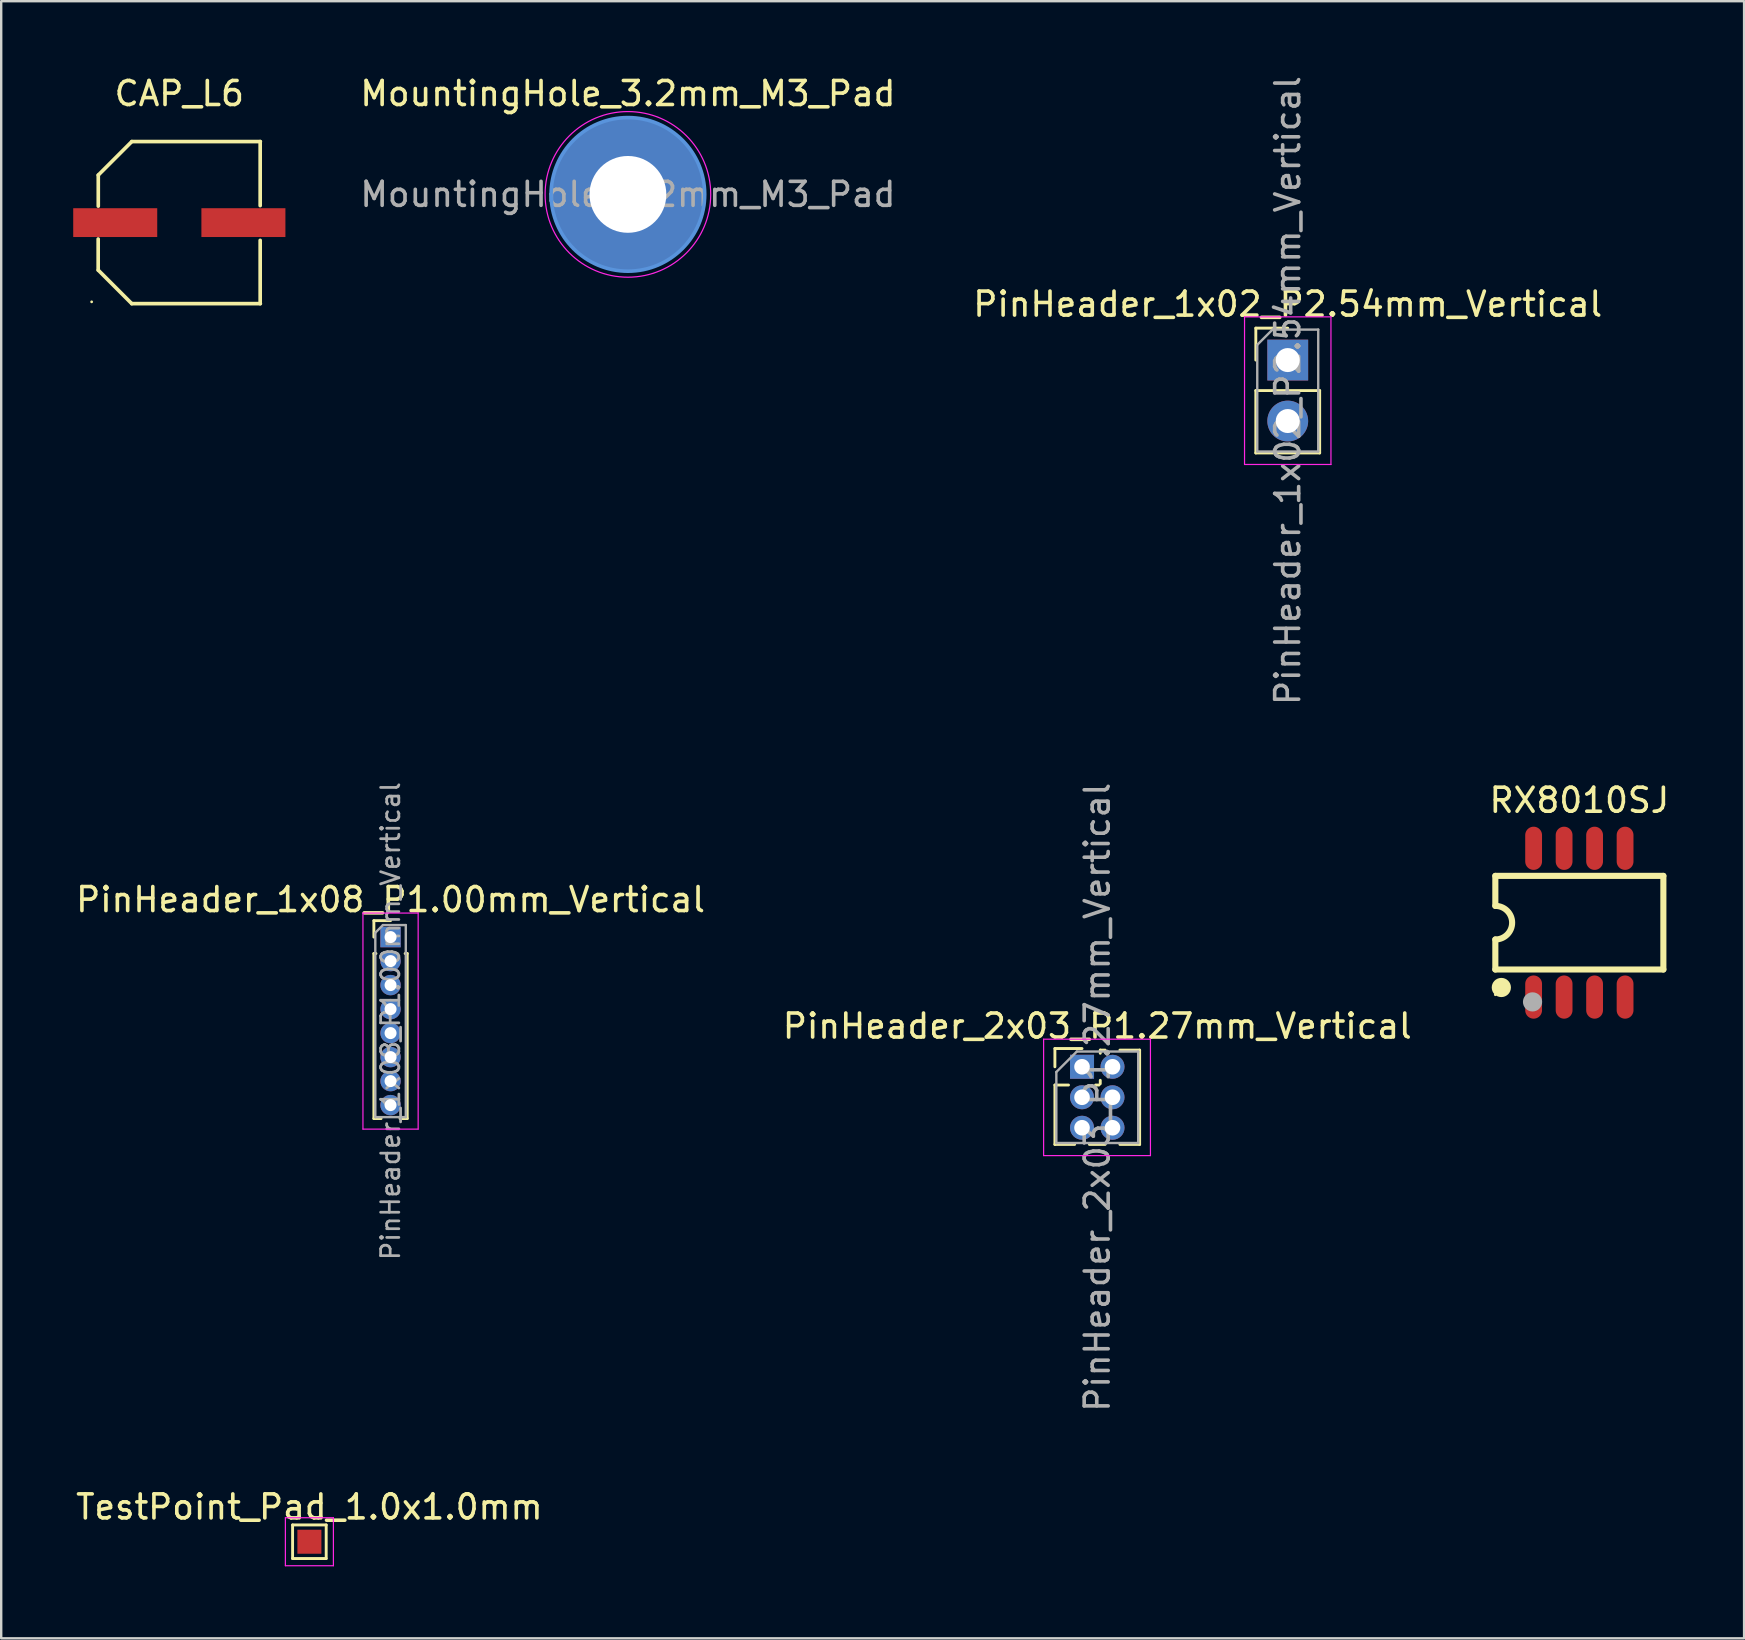
<source format=kicad_pcb>
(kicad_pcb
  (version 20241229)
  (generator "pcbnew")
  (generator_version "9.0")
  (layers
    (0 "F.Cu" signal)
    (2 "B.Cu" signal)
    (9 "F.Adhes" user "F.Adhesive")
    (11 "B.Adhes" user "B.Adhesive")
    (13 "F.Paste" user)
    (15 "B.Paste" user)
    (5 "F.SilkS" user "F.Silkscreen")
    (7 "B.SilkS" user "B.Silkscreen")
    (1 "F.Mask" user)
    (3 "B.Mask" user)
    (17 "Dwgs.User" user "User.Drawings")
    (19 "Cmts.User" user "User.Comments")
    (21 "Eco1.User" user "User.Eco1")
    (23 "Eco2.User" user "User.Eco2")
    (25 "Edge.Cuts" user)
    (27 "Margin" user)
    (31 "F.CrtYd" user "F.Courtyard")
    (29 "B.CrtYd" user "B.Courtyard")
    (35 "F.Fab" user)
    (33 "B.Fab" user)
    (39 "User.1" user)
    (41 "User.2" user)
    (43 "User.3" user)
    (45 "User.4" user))
  (footprint "PinHeader_1x08_P1.00mm_Vertical"
    (layer "F.Cu")
    (at 13.22 35.988)
    (property "Reference" "PinHeader_1x08_P1.00mm_Vertical" (at 0 -1.56 0) (layer "F.SilkS") (effects (font (size 1 1) (thickness 0.15))))
    (attr through_hole)
    (fp_line (start -0.695 -0.685) (end 0 -0.685) (stroke (width 0.12) (type solid)) (layer "F.SilkS"))
    (fp_line (start -0.695 0) (end -0.695 -0.685) (stroke (width 0.12) (type solid)) (layer "F.SilkS"))
    (fp_line (start -0.695 0.685) (end -0.695 7.56) (stroke (width 0.12) (type solid)) (layer "F.SilkS"))
    (fp_line (start -0.695 0.685) (end -0.608 0.685) (stroke (width 0.12) (type solid)) (layer "F.SilkS"))
    (fp_line (start -0.695 7.56) (end -0.394 7.56) (stroke (width 0.12) (type solid)) (layer "F.SilkS"))
    (fp_line (start 0.394 7.56) (end 0.695 7.56) (stroke (width 0.12) (type solid)) (layer "F.SilkS"))
    (fp_line (start 0.608 0.685) (end 0.695 0.685) (stroke (width 0.12) (type solid)) (layer "F.SilkS"))
    (fp_line (start 0.695 0.685) (end 0.695 7.56) (stroke (width 0.12) (type solid)) (layer "F.SilkS"))
    (fp_line (start -1.15 -1) (end -1.15 8) (stroke (width 0.05) (type solid)) (layer "F.CrtYd"))
    (fp_line (start -1.15 8) (end 1.15 8) (stroke (width 0.05) (type solid)) (layer "F.CrtYd"))
    (fp_line (start 1.15 -1) (end -1.15 -1) (stroke (width 0.05) (type solid)) (layer "F.CrtYd"))
    (fp_line (start 1.15 8) (end 1.15 -1) (stroke (width 0.05) (type solid)) (layer "F.CrtYd"))
    (fp_line (start -0.635 -0.182) (end -0.318 -0.5) (stroke (width 0.1) (type solid)) (layer "F.Fab"))
    (fp_line (start -0.635 7.5) (end -0.635 -0.182) (stroke (width 0.1) (type solid)) (layer "F.Fab"))
    (fp_line (start -0.318 -0.5) (end 0.635 -0.5) (stroke (width 0.1) (type solid)) (layer "F.Fab"))
    (fp_line (start 0.635 -0.5) (end 0.635 7.5) (stroke (width 0.1) (type solid)) (layer "F.Fab"))
    (fp_line (start 0.635 7.5) (end -0.635 7.5) (stroke (width 0.1) (type solid)) (layer "F.Fab"))
    (fp_text user "${REFERENCE}" (at 0 3.5 270) (layer "F.Fab") (effects (font (size 0.76 0.76) (thickness 0.114))))
    (pad "1" thru_hole rect (at 0 0) (size 0.85 0.85) (drill 0.5) (layers "*.Cu" "*.Mask"))
    (pad "2" thru_hole oval (at 0 1) (size 0.85 0.85) (drill 0.5) (layers "*.Cu" "*.Mask"))
    (pad "3" thru_hole oval (at 0 2) (size 0.85 0.85) (drill 0.5) (layers "*.Cu" "*.Mask"))
    (pad "4" thru_hole oval (at 0 3) (size 0.85 0.85) (drill 0.5) (layers "*.Cu" "*.Mask"))
    (pad "5" thru_hole oval (at 0 4) (size 0.85 0.85) (drill 0.5) (layers "*.Cu" "*.Mask"))
    (pad "6" thru_hole oval (at 0 5) (size 0.85 0.85) (drill 0.5) (layers "*.Cu" "*.Mask"))
    (pad "7" thru_hole oval (at 0 6) (size 0.85 0.85) (drill 0.5) (layers "*.Cu" "*.Mask"))
    (pad "8" thru_hole oval (at 0 7) (size 0.85 0.85) (drill 0.5) (layers "*.Cu" "*.Mask")))
  (footprint "RX8010SJ"
    (layer "F.Cu")
    (at 62.744 35.388)
    (property "Reference" "RX8010SJ" (at 0 -5.099 180) (layer "F.SilkS") (effects (font (size 1 1) (thickness 0.15))))
    (attr through_hole)
    (fp_line (start -3.5 -1.95) (end 3.5 -1.95) (stroke (width 0.254) (type solid)) (layer "F.SilkS"))
    (fp_line (start -3.5 -0.7) (end -3.5 -1.95) (stroke (width 0.254) (type solid)) (layer "F.SilkS"))
    (fp_line (start -3.5 0.7) (end -3.5 1.95) (stroke (width 0.254) (type solid)) (layer "F.SilkS"))
    (fp_line (start -3.5 1.95) (end 3.5 1.95) (stroke (width 0.254) (type solid)) (layer "F.SilkS"))
    (fp_line (start 3.5 1.95) (end 3.5 -1.95) (stroke (width 0.254) (type solid)) (layer "F.SilkS"))
    (fp_arc (start -3.5 -0.7) (mid -2.8 0) (end -3.5 0.7) (stroke (width 0.254) (type solid)) (layer "F.SilkS"))
    (fp_circle (center -3.5 3) (end -3.47 3) (stroke (width 0.06) (type solid)) (fill no) (layer "F.SilkS"))
    (fp_circle (center -3.25 2.7) (end -3.05 2.7) (stroke (width 0.4) (type solid)) (fill no) (layer "F.SilkS"))
    (fp_circle (center -1.95 3.3) (end -1.75 3.3) (stroke (width 0.4) (type solid)) (fill no) (layer "F.Fab"))
    (pad "1" smd oval (at -1.905 3.099 180) (size 0.7 1.8) (layers "F.Cu" "F.Mask" "F.Paste"))
    (pad "2" smd oval (at -0.635 3.099 180) (size 0.7 1.8) (layers "F.Cu" "F.Mask" "F.Paste"))
    (pad "3" smd oval (at 0.635 3.099 180) (size 0.7 1.8) (layers "F.Cu" "F.Mask" "F.Paste"))
    (pad "4" smd oval (at 1.905 3.099 180) (size 0.7 1.8) (layers "F.Cu" "F.Mask" "F.Paste"))
    (pad "5" smd oval (at 1.905 -3.099 180) (size 0.7 1.8) (layers "F.Cu" "F.Mask" "F.Paste"))
    (pad "6" smd oval (at 0.635 -3.099 180) (size 0.7 1.8) (layers "F.Cu" "F.Mask" "F.Paste"))
    (pad "7" smd oval (at -0.635 -3.099 180) (size 0.7 1.8) (layers "F.Cu" "F.Mask" "F.Paste"))
    (pad "8" smd oval (at -1.905 -3.099 180) (size 0.7 1.8) (layers "F.Cu" "F.Mask" "F.Paste")))
  (footprint "TestPoint_Pad_1.0x1.0mm"
    (layer "F.Cu")
    (at 9.839 61.177)
    (property "Reference" "TestPoint_Pad_1.0x1.0mm" (at 0 -1.448 0) (layer "F.SilkS") (effects (font (size 1 1) (thickness 0.15))))
    (attr exclude_from_pos_files)
    (fp_line (start -0.7 -0.7) (end 0.7 -0.7) (stroke (width 0.12) (type solid)) (layer "F.SilkS"))
    (fp_line (start -0.7 0.7) (end -0.7 -0.7) (stroke (width 0.12) (type solid)) (layer "F.SilkS"))
    (fp_line (start 0.7 -0.7) (end 0.7 0.7) (stroke (width 0.12) (type solid)) (layer "F.SilkS"))
    (fp_line (start 0.7 0.7) (end -0.7 0.7) (stroke (width 0.12) (type solid)) (layer "F.SilkS"))
    (fp_line (start -1 -1) (end -1 1) (stroke (width 0.05) (type solid)) (layer "F.CrtYd"))
    (fp_line (start -1 -1) (end 1 -1) (stroke (width 0.05) (type solid)) (layer "F.CrtYd"))
    (fp_line (start 1 1) (end -1 1) (stroke (width 0.05) (type solid)) (layer "F.CrtYd"))
    (fp_line (start 1 1) (end 1 -1) (stroke (width 0.05) (type solid)) (layer "F.CrtYd"))
    (pad "1" smd rect (at 0 0) (size 1 1) (layers "F.Cu" "F.Mask")))
  (footprint "MountingHole_3.2mm_M3_Pad"
    (layer "F.Cu")
    (at 23.108 5.048)
    (property "Reference" "MountingHole_3.2mm_M3_Pad" (at 0 -4.2 0) (layer "F.SilkS") (effects (font (size 1 1) (thickness 0.15))))
    (attr exclude_from_pos_files)
    (fp_circle (center 0 0) (end 3.2 0) (stroke (width 0.15) (type solid)) (fill no) (layer "Cmts.User"))
    (fp_circle (center 0 0) (end 3.45 0) (stroke (width 0.05) (type solid)) (fill no) (layer "F.CrtYd"))
    (fp_text user "${REFERENCE}" (at 0 0 0) (layer "F.Fab") (effects (font (size 1 1) (thickness 0.15))))
    (pad "1" thru_hole circle (at 0 0) (size 6.4 6.4) (drill 3.2) (layers "*.Cu" "*.Mask")))
  (footprint "CAP_L6"
    (layer "F.Cu")
    (at 4.42 6.224)
    (property "Reference" "CAP_L6" (at 0 -5.376 0) (layer "F.SilkS") (effects (font (size 1 1) (thickness 0.15))))
    (attr through_hole)
    (fp_line (start -3.38 0.683) (end -3.38 1.977) (stroke (width 0.152) (type solid)) (layer "F.SilkS"))
    (fp_line (start -3.376 -1.98) (end -3.376 -0.686) (stroke (width 0.152) (type solid)) (layer "F.SilkS"))
    (fp_line (start -1.981 3.376) (end -3.376 1.981) (stroke (width 0.152) (type solid)) (layer "F.SilkS"))
    (fp_line (start -1.98 -3.376) (end -3.376 -1.98) (stroke (width 0.152) (type solid)) (layer "F.SilkS"))
    (fp_line (start 3.369 -0.708) (end 3.369 -3.376) (stroke (width 0.152) (type solid)) (layer "F.SilkS"))
    (fp_line (start 3.369 0.739) (end 3.369 3.376) (stroke (width 0.152) (type solid)) (layer "F.SilkS"))
    (fp_line (start 3.376 3.376) (end -1.981 3.376) (stroke (width 0.152) (type solid)) (layer "F.SilkS"))
    (fp_line (start 3.376 -3.376) (end -1.98 -3.376) (stroke (width 0.152) (type solid)) (layer "F.SilkS"))
    (fp_circle (center -3.652 3.3) (end -3.622 3.3) (stroke (width 0.06) (type solid)) (fill no) (layer "F.SilkS"))
    (pad "1" smd rect (at -2.67 0) (size 3.5 1.2) (layers "F.Cu" "F.Mask" "F.Paste"))
    (pad "2" smd rect (at 2.67 0) (size 3.5 1.2) (layers "F.Cu" "F.Mask" "F.Paste")))
  (footprint "PinHeader_2x03_P1.27mm_Vertical"
    (layer "F.Cu")
    (at 42.026 41.391)
    (property "Reference" "PinHeader_2x03_P1.27mm_Vertical" (at 0.635 -1.695 180) (layer "F.SilkS") (effects (font (size 1 1) (thickness 0.15))))
    (attr through_hole exclude_from_bom)
    (fp_line (start -1.13 -0.76) (end 0 -0.76) (stroke (width 0.12) (type solid)) (layer "F.SilkS"))
    (fp_line (start -1.13 0) (end -1.13 -0.76) (stroke (width 0.12) (type solid)) (layer "F.SilkS"))
    (fp_line (start -1.13 0.76) (end -1.13 3.235) (stroke (width 0.12) (type solid)) (layer "F.SilkS"))
    (fp_line (start -1.13 0.76) (end -0.563 0.76) (stroke (width 0.12) (type solid)) (layer "F.SilkS"))
    (fp_line (start -1.13 3.235) (end -0.308 3.235) (stroke (width 0.12) (type solid)) (layer "F.SilkS"))
    (fp_line (start 0.308 3.235) (end 0.962 3.235) (stroke (width 0.12) (type solid)) (layer "F.SilkS"))
    (fp_line (start 0.563 0.76) (end 0.707 0.76) (stroke (width 0.12) (type solid)) (layer "F.SilkS"))
    (fp_line (start 0.76 -0.695) (end 0.962 -0.695) (stroke (width 0.12) (type solid)) (layer "F.SilkS"))
    (fp_line (start 0.76 -0.563) (end 0.76 -0.695) (stroke (width 0.12) (type solid)) (layer "F.SilkS"))
    (fp_line (start 0.76 0.707) (end 0.76 0.563) (stroke (width 0.12) (type solid)) (layer "F.SilkS"))
    (fp_line (start 1.578 -0.695) (end 2.4 -0.695) (stroke (width 0.12) (type solid)) (layer "F.SilkS"))
    (fp_line (start 1.578 3.235) (end 2.4 3.235) (stroke (width 0.12) (type solid)) (layer "F.SilkS"))
    (fp_line (start 2.4 -0.695) (end 2.4 3.235) (stroke (width 0.12) (type solid)) (layer "F.SilkS"))
    (fp_line (start -1.6 -1.15) (end -1.6 3.7) (stroke (width 0.05) (type solid)) (layer "F.CrtYd"))
    (fp_line (start -1.6 3.7) (end 2.85 3.7) (stroke (width 0.05) (type solid)) (layer "F.CrtYd"))
    (fp_line (start 2.85 -1.15) (end -1.6 -1.15) (stroke (width 0.05) (type solid)) (layer "F.CrtYd"))
    (fp_line (start 2.85 3.7) (end 2.85 -1.15) (stroke (width 0.05) (type solid)) (layer "F.CrtYd"))
    (fp_line (start -1.07 0.217) (end -0.217 -0.635) (stroke (width 0.1) (type solid)) (layer "F.Fab"))
    (fp_line (start -1.07 3.175) (end -1.07 0.217) (stroke (width 0.1) (type solid)) (layer "F.Fab"))
    (fp_line (start -0.217 -0.635) (end 2.34 -0.635) (stroke (width 0.1) (type solid)) (layer "F.Fab"))
    (fp_line (start 2.34 -0.635) (end 2.34 3.175) (stroke (width 0.1) (type solid)) (layer "F.Fab"))
    (fp_line (start 2.34 3.175) (end -1.07 3.175) (stroke (width 0.1) (type solid)) (layer "F.Fab"))
    (fp_text user "${REFERENCE}" (at 0.635 1.27 270) (layer "F.Fab") (effects (font (size 1 1) (thickness 0.15))))
    (pad "1" thru_hole rect (at 0 0) (size 1 1) (drill 0.65) (layers "*.Cu" "*.Mask"))
    (pad "2" thru_hole oval (at 1.27 0) (size 1 1) (drill 0.65) (layers "*.Cu" "*.Mask"))
    (pad "3" thru_hole oval (at 0 1.27) (size 1 1) (drill 0.65) (layers "*.Cu" "*.Mask"))
    (pad "4" thru_hole oval (at 1.27 1.27) (size 1 1) (drill 0.65) (layers "*.Cu" "*.Mask"))
    (pad "5" thru_hole oval (at 0 2.54) (size 1 1) (drill 0.65) (layers "*.Cu" "*.Mask"))
    (pad "6" thru_hole oval (at 1.27 2.54) (size 1 1) (drill 0.65) (layers "*.Cu" "*.Mask")))
  (footprint "PinHeader_1x02_P2.54mm_Vertical"
    (layer "F.Cu")
    (at 50.596 11.95)
    (property "Reference" "PinHeader_1x02_P2.54mm_Vertical" (at 0 -2.33 0) (layer "F.SilkS") (effects (font (size 1 1) (thickness 0.15))))
    (attr through_hole)
    (fp_line (start -1.33 -1.33) (end 0 -1.33) (stroke (width 0.12) (type solid)) (layer "F.SilkS"))
    (fp_line (start -1.33 0) (end -1.33 -1.33) (stroke (width 0.12) (type solid)) (layer "F.SilkS"))
    (fp_line (start -1.33 1.27) (end -1.33 3.87) (stroke (width 0.12) (type solid)) (layer "F.SilkS"))
    (fp_line (start -1.33 1.27) (end 1.33 1.27) (stroke (width 0.12) (type solid)) (layer "F.SilkS"))
    (fp_line (start -1.33 3.87) (end 1.33 3.87) (stroke (width 0.12) (type solid)) (layer "F.SilkS"))
    (fp_line (start 1.33 1.27) (end 1.33 3.87) (stroke (width 0.12) (type solid)) (layer "F.SilkS"))
    (fp_line (start -1.8 -1.8) (end -1.8 4.35) (stroke (width 0.05) (type solid)) (layer "F.CrtYd"))
    (fp_line (start -1.8 4.35) (end 1.8 4.35) (stroke (width 0.05) (type solid)) (layer "F.CrtYd"))
    (fp_line (start 1.8 -1.8) (end -1.8 -1.8) (stroke (width 0.05) (type solid)) (layer "F.CrtYd"))
    (fp_line (start 1.8 4.35) (end 1.8 -1.8) (stroke (width 0.05) (type solid)) (layer "F.CrtYd"))
    (fp_line (start -1.27 -0.635) (end -0.635 -1.27) (stroke (width 0.1) (type solid)) (layer "F.Fab"))
    (fp_line (start -1.27 3.81) (end -1.27 -0.635) (stroke (width 0.1) (type solid)) (layer "F.Fab"))
    (fp_line (start -0.635 -1.27) (end 1.27 -1.27) (stroke (width 0.1) (type solid)) (layer "F.Fab"))
    (fp_line (start 1.27 -1.27) (end 1.27 3.81) (stroke (width 0.1) (type solid)) (layer "F.Fab"))
    (fp_line (start 1.27 3.81) (end -1.27 3.81) (stroke (width 0.1) (type solid)) (layer "F.Fab"))
    (fp_text user "${REFERENCE}" (at 0 1.27 270) (layer "F.Fab") (effects (font (size 1 1) (thickness 0.15))))
    (pad "1" thru_hole rect (at 0 0) (size 1.7 1.7) (drill 1) (layers "*.Cu" "*.Mask"))
    (pad "2" thru_hole oval (at 0 2.54) (size 1.7 1.7) (drill 1) (layers "*.Cu" "*.Mask")))
  (gr_rect
    (start -3 -3)
    (end 69.607 65.202)
    (stroke (width 0.1) (type default))
    (fill no)
    (layer "Edge.Cuts")))
</source>
